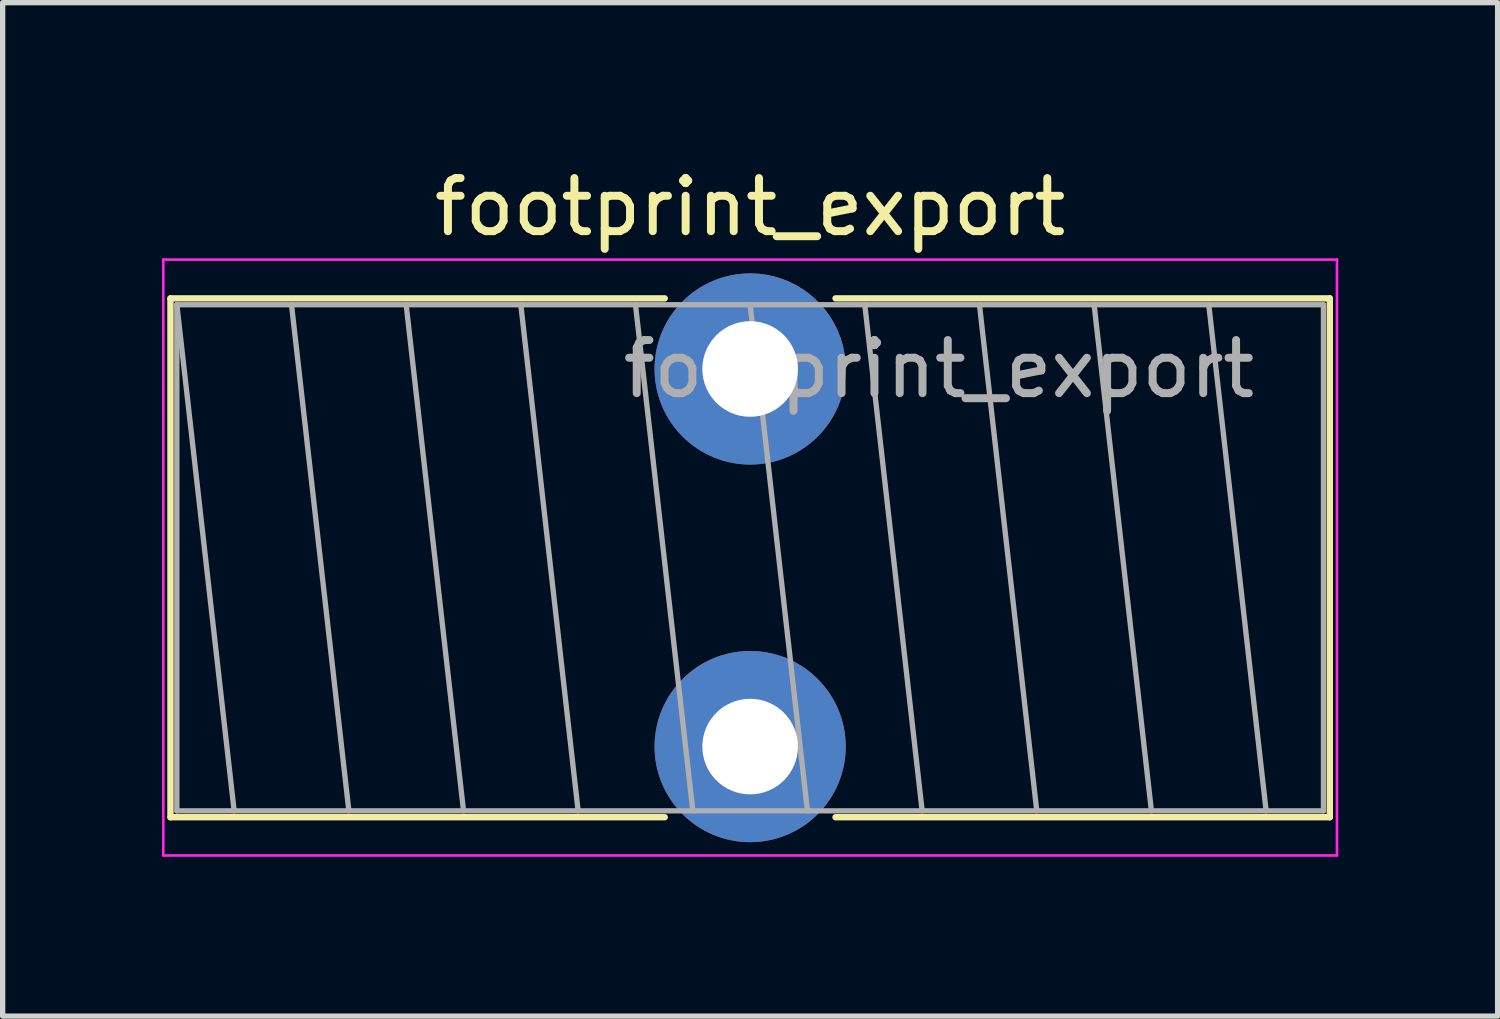
<source format=kicad_pcb>
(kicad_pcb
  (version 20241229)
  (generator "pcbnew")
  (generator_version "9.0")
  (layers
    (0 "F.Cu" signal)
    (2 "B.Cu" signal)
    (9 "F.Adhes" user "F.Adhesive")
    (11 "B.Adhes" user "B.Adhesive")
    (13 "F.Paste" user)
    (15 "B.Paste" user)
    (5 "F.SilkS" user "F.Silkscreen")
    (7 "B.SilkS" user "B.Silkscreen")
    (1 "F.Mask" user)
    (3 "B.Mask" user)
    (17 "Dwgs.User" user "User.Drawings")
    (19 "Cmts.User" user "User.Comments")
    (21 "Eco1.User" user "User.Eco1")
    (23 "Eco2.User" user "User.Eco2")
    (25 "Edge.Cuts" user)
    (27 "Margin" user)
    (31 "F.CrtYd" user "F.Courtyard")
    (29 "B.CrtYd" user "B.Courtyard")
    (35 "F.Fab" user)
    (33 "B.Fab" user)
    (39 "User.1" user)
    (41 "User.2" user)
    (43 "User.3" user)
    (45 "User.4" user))
  (footprint "footprint_export"
    (layer "F.Cu")
    (at 11.075 3.898)
    (property "Reference" "footprint_export" (at 0 -3.05 0) (layer "F.SilkS") (effects (font (size 1 1) (thickness 0.15))))
    (attr through_hole)
    (fp_line (start -10.915 -1.33) (end -10.915 8.44) (stroke (width 0.12) (type solid)) (layer "F.SilkS"))
    (fp_line (start -10.915 -1.33) (end -1.608 -1.33) (stroke (width 0.12) (type solid)) (layer "F.SilkS"))
    (fp_line (start -10.915 8.44) (end -1.608 8.44) (stroke (width 0.12) (type solid)) (layer "F.SilkS"))
    (fp_line (start 1.608 -1.33) (end 10.915 -1.33) (stroke (width 0.12) (type solid)) (layer "F.SilkS"))
    (fp_line (start 1.608 8.44) (end 10.915 8.44) (stroke (width 0.12) (type solid)) (layer "F.SilkS"))
    (fp_line (start 10.915 -1.33) (end 10.915 8.44) (stroke (width 0.12) (type solid)) (layer "F.SilkS"))
    (fp_line (start -11.05 -2.06) (end -11.05 9.16) (stroke (width 0.05) (type solid)) (layer "F.CrtYd"))
    (fp_line (start -11.05 9.16) (end 11.05 9.16) (stroke (width 0.05) (type solid)) (layer "F.CrtYd"))
    (fp_line (start 11.05 -2.06) (end -11.05 -2.06) (stroke (width 0.05) (type solid)) (layer "F.CrtYd"))
    (fp_line (start 11.05 9.16) (end 11.05 -2.06) (stroke (width 0.05) (type solid)) (layer "F.CrtYd"))
    (fp_line (start -10.795 -1.21) (end -10.795 8.32) (stroke (width 0.1) (type solid)) (layer "F.Fab"))
    (fp_line (start -10.795 -1.21) (end -9.716 8.32) (stroke (width 0.1) (type solid)) (layer "F.Fab"))
    (fp_line (start -10.795 8.32) (end 10.795 8.32) (stroke (width 0.1) (type solid)) (layer "F.Fab"))
    (fp_line (start -8.636 -1.21) (end -7.556 8.32) (stroke (width 0.1) (type solid)) (layer "F.Fab"))
    (fp_line (start -6.477 -1.21) (end -5.397 8.32) (stroke (width 0.1) (type solid)) (layer "F.Fab"))
    (fp_line (start -4.318 -1.21) (end -3.239 8.32) (stroke (width 0.1) (type solid)) (layer "F.Fab"))
    (fp_line (start -2.159 -1.21) (end -1.079 8.32) (stroke (width 0.1) (type solid)) (layer "F.Fab"))
    (fp_line (start 0 -1.21) (end 1.079 8.32) (stroke (width 0.1) (type solid)) (layer "F.Fab"))
    (fp_line (start 2.159 -1.21) (end 3.239 8.32) (stroke (width 0.1) (type solid)) (layer "F.Fab"))
    (fp_line (start 4.318 -1.21) (end 5.397 8.32) (stroke (width 0.1) (type solid)) (layer "F.Fab"))
    (fp_line (start 6.477 -1.21) (end 7.556 8.32) (stroke (width 0.1) (type solid)) (layer "F.Fab"))
    (fp_line (start 8.636 -1.21) (end 9.716 8.32) (stroke (width 0.1) (type solid)) (layer "F.Fab"))
    (fp_line (start 10.795 -1.21) (end -10.795 -1.21) (stroke (width 0.1) (type solid)) (layer "F.Fab"))
    (fp_line (start 10.795 8.32) (end 10.795 -1.21) (stroke (width 0.1) (type solid)) (layer "F.Fab"))
    (fp_text user "${REFERENCE}" (at 3.555 0 0) (layer "F.Fab") (effects (font (size 1 1) (thickness 0.15))))
    (pad "1" thru_hole circle (at 0 0) (size 3.6 3.6) (drill 1.8) (layers "*.Cu" "*.Mask"))
    (pad "2" thru_hole circle (at 0 7.11) (size 3.6 3.6) (drill 1.8) (layers "*.Cu" "*.Mask")))
  (gr_rect
    (start -3 -3)
    (end 25.15 16.083)
    (stroke (width 0.1) (type default))
    (fill no)
    (layer "Edge.Cuts")))
</source>
